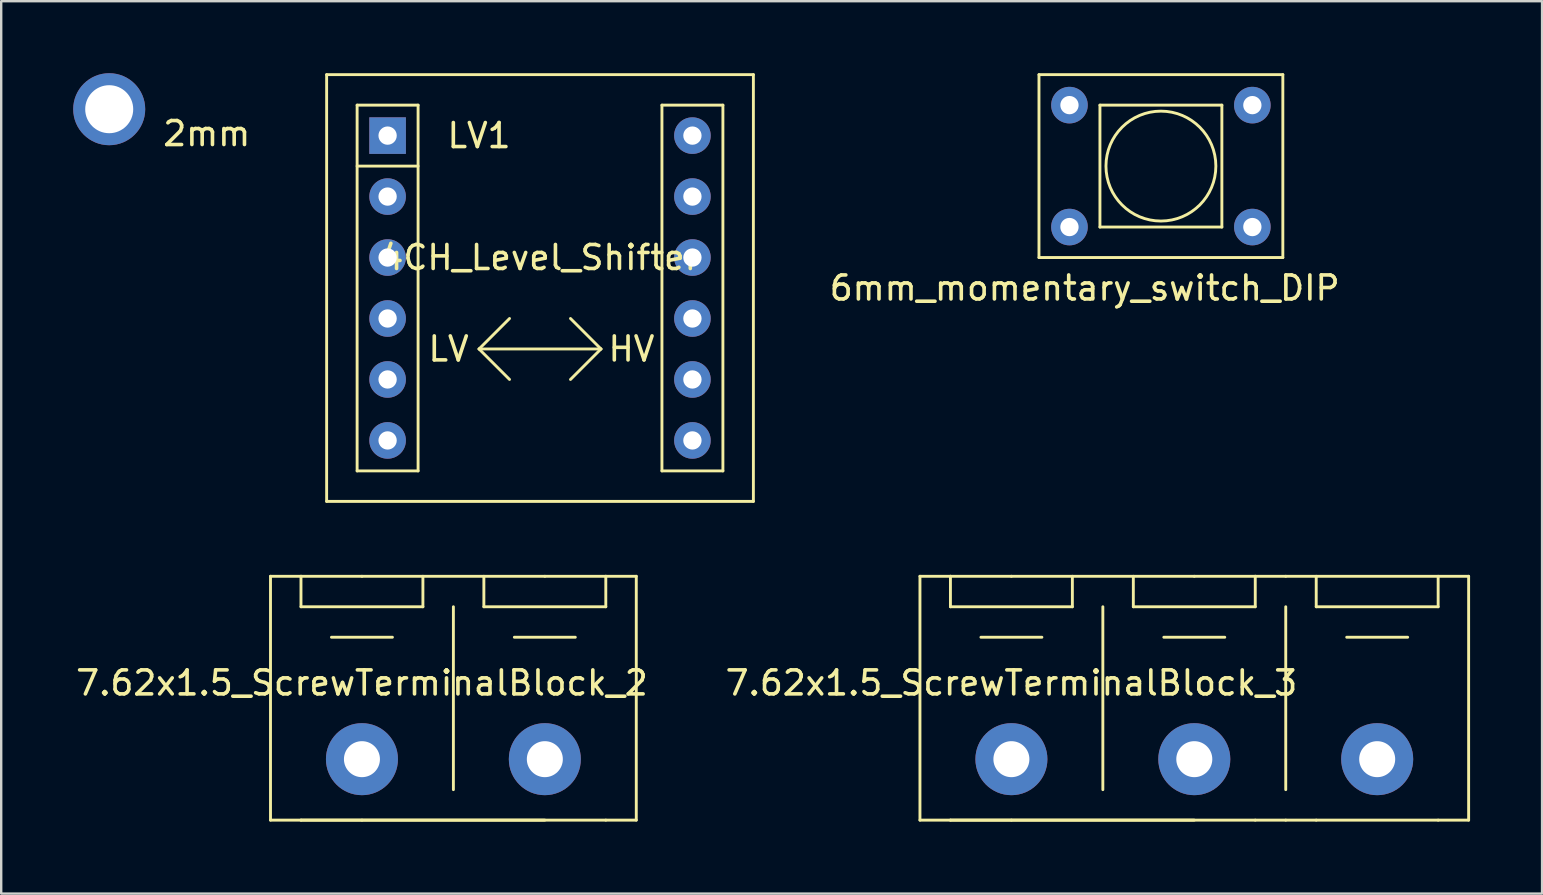
<source format=kicad_pcb>
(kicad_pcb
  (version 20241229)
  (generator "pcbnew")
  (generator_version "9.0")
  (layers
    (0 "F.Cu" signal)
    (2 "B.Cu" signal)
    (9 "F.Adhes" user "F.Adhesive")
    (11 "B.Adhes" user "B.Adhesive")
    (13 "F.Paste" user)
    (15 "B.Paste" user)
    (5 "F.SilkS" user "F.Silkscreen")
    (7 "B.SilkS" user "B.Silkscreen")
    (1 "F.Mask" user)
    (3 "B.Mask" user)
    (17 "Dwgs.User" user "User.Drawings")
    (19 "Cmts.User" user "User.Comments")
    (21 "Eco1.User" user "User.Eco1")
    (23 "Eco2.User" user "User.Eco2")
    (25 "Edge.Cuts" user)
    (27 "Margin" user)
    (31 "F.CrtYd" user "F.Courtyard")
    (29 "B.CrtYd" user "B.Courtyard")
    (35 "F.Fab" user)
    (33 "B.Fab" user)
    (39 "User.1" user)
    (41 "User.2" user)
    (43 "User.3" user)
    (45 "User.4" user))
  (footprint "7.62x1.5_ScrewTerminalBlock_2"
    (layer "F.Cu")
    (at 12.03 28.58)
    (property "Reference" "7.62x1.5_ScrewTerminalBlock_2" (at 0 -3.175 0) (layer "F.SilkS") (effects (font (size 1 1) (thickness 0.15))))
    (attr through_hole)
    (fp_line (start -3.81 -7.62) (end -2.54 -7.62) (stroke (width 0.12) (type solid)) (layer "F.SilkS"))
    (fp_line (start -3.81 2.54) (end -3.81 -7.62) (stroke (width 0.12) (type solid)) (layer "F.SilkS"))
    (fp_line (start -2.54 -7.62) (end -2.54 -6.35) (stroke (width 0.12) (type solid)) (layer "F.SilkS"))
    (fp_line (start -2.54 -6.35) (end 2.54 -6.35) (stroke (width 0.12) (type solid)) (layer "F.SilkS"))
    (fp_line (start -2.54 2.54) (end -3.81 2.54) (stroke (width 0.12) (type solid)) (layer "F.SilkS"))
    (fp_line (start -2.54 2.54) (end 10.16 2.54) (stroke (width 0.12) (type solid)) (layer "F.SilkS"))
    (fp_line (start -1.27 -5.08) (end 1.27 -5.08) (stroke (width 0.12) (type solid)) (layer "F.SilkS"))
    (fp_line (start 0 -7.62) (end -2.54 -7.62) (stroke (width 0.12) (type solid)) (layer "F.SilkS"))
    (fp_line (start 0 -7.62) (end 7.62 -7.62) (stroke (width 0.12) (type solid)) (layer "F.SilkS"))
    (fp_line (start 0 2.54) (end -2.54 2.54) (stroke (width 0.12) (type solid)) (layer "F.SilkS"))
    (fp_line (start 0 2.54) (end 7.62 2.54) (stroke (width 0.12) (type solid)) (layer "F.SilkS"))
    (fp_line (start 2.54 -6.35) (end 2.54 -7.62) (stroke (width 0.12) (type solid)) (layer "F.SilkS"))
    (fp_line (start 3.81 1.27) (end 3.81 -6.35) (stroke (width 0.12) (type solid)) (layer "F.SilkS"))
    (fp_line (start 5.08 -7.62) (end 5.08 -6.35) (stroke (width 0.12) (type solid)) (layer "F.SilkS"))
    (fp_line (start 5.08 -6.35) (end 10.16 -6.35) (stroke (width 0.12) (type solid)) (layer "F.SilkS"))
    (fp_line (start 6.35 -5.08) (end 8.89 -5.08) (stroke (width 0.12) (type solid)) (layer "F.SilkS"))
    (fp_line (start 7.62 -7.62) (end 10.16 -7.62) (stroke (width 0.12) (type solid)) (layer "F.SilkS"))
    (fp_line (start 10.16 -6.35) (end 10.16 -7.62) (stroke (width 0.12) (type solid)) (layer "F.SilkS"))
    (fp_line (start 10.16 2.54) (end 11.43 2.54) (stroke (width 0.12) (type solid)) (layer "F.SilkS"))
    (fp_line (start 11.43 -7.62) (end 10.16 -7.62) (stroke (width 0.12) (type solid)) (layer "F.SilkS"))
    (fp_line (start 11.43 2.54) (end 11.43 -7.62) (stroke (width 0.12) (type solid)) (layer "F.SilkS"))
    (pad "1" thru_hole circle (at 0 0) (size 3 3) (drill 1.5) (layers "*.Cu" "*.Mask"))
    (pad "2" thru_hole circle (at 7.62 0) (size 3 3) (drill 1.5) (layers "*.Cu" "*.Mask")))
  (footprint "4CH_Level_Shifter"
    (layer "F.Cu")
    (at 13.099 2.6)
    (property "Reference" "4CH_Level_Shifter" (at 6.35 5.08 0) (layer "F.SilkS") (effects (font (size 1 1) (thickness 0.15))))
    (attr through_hole)
    (fp_line (start -2.54 -2.54) (end 15.24 -2.54) (stroke (width 0.12) (type solid)) (layer "F.SilkS"))
    (fp_line (start -2.54 15.24) (end -2.54 -2.54) (stroke (width 0.12) (type solid)) (layer "F.SilkS"))
    (fp_line (start -1.27 -1.27) (end 1.27 -1.27) (stroke (width 0.12) (type solid)) (layer "F.SilkS"))
    (fp_line (start -1.27 1.27) (end 1.27 1.27) (stroke (width 0.12) (type solid)) (layer "F.SilkS"))
    (fp_line (start -1.27 13.97) (end -1.27 -1.27) (stroke (width 0.12) (type solid)) (layer "F.SilkS"))
    (fp_line (start 1.27 -1.27) (end 1.27 13.97) (stroke (width 0.12) (type solid)) (layer "F.SilkS"))
    (fp_line (start 1.27 13.97) (end -1.27 13.97) (stroke (width 0.12) (type solid)) (layer "F.SilkS"))
    (fp_line (start 3.81 8.89) (end 5.08 7.62) (stroke (width 0.12) (type solid)) (layer "F.SilkS"))
    (fp_line (start 3.81 8.89) (end 5.08 10.16) (stroke (width 0.12) (type solid)) (layer "F.SilkS"))
    (fp_line (start 3.81 8.89) (end 8.89 8.89) (stroke (width 0.12) (type solid)) (layer "F.SilkS"))
    (fp_line (start 8.89 8.89) (end 7.62 7.62) (stroke (width 0.12) (type solid)) (layer "F.SilkS"))
    (fp_line (start 8.89 8.89) (end 7.62 10.16) (stroke (width 0.12) (type solid)) (layer "F.SilkS"))
    (fp_line (start 11.43 -1.27) (end 13.97 -1.27) (stroke (width 0.12) (type solid)) (layer "F.SilkS"))
    (fp_line (start 11.43 13.97) (end 11.43 -1.27) (stroke (width 0.12) (type solid)) (layer "F.SilkS"))
    (fp_line (start 13.97 -1.27) (end 13.97 13.97) (stroke (width 0.12) (type solid)) (layer "F.SilkS"))
    (fp_line (start 13.97 13.97) (end 11.43 13.97) (stroke (width 0.12) (type solid)) (layer "F.SilkS"))
    (fp_line (start 15.24 -2.54) (end 15.24 15.24) (stroke (width 0.12) (type solid)) (layer "F.SilkS"))
    (fp_line (start 15.24 15.24) (end -2.54 15.24) (stroke (width 0.12) (type solid)) (layer "F.SilkS"))
    (fp_text user "LV" (at 2.54 8.89 0) (layer "F.SilkS") (effects (font (size 1 1) (thickness 0.15))))
    (fp_text user "HV" (at 10.16 8.89 0) (layer "F.SilkS") (effects (font (size 1 1) (thickness 0.15))))
    (fp_text user "LV1" (at 3.81 0 0) (layer "F.SilkS") (effects (font (size 1 1) (thickness 0.15))))
    (pad "1" thru_hole rect (at 0 0) (size 1.524 1.524) (drill 0.762) (layers "*.Cu" "*.Mask"))
    (pad "2" thru_hole circle (at 0 2.54) (size 1.524 1.524) (drill 0.762) (layers "*.Cu" "*.Mask"))
    (pad "3" thru_hole circle (at 0 5.08) (size 1.524 1.524) (drill 0.762) (layers "*.Cu" "*.Mask"))
    (pad "4" thru_hole circle (at 0 7.62) (size 1.524 1.524) (drill 0.762) (layers "*.Cu" "*.Mask"))
    (pad "5" thru_hole circle (at 0 10.16) (size 1.524 1.524) (drill 0.762) (layers "*.Cu" "*.Mask"))
    (pad "6" thru_hole circle (at 0 12.7) (size 1.524 1.524) (drill 0.762) (layers "*.Cu" "*.Mask"))
    (pad "7" thru_hole circle (at 12.7 12.7) (size 1.524 1.524) (drill 0.762) (layers "*.Cu" "*.Mask"))
    (pad "8" thru_hole circle (at 12.7 10.16) (size 1.524 1.524) (drill 0.762) (layers "*.Cu" "*.Mask"))
    (pad "9" thru_hole circle (at 12.7 7.62) (size 1.524 1.524) (drill 0.762) (layers "*.Cu" "*.Mask"))
    (pad "10" thru_hole circle (at 12.7 5.08) (size 1.524 1.524) (drill 0.762) (layers "*.Cu" "*.Mask"))
    (pad "11" thru_hole circle (at 12.7 2.54) (size 1.524 1.524) (drill 0.762) (layers "*.Cu" "*.Mask"))
    (pad "12" thru_hole circle (at 12.7 0) (size 1.524 1.524) (drill 0.762) (layers "*.Cu" "*.Mask")))
  (footprint "2mm"
    (layer "F.Cu")
    (at 1.5 1.5)
    (property "Reference" "2mm" (at 4.064 1.016 0) (layer "F.SilkS") (effects (font (size 1 1) (thickness 0.15))))
    (attr through_hole)
    (pad "1" thru_hole circle (at 0 0) (size 3 3) (drill 2) (layers "*.Cu" "*.Mask")))
  (footprint "6mm_momentary_switch_DIP"
    (layer "F.Cu")
    (at 41.508 1.33)
    (property "Reference" "6mm_momentary_switch_DIP" (at 0.635 7.62 0) (layer "F.SilkS") (effects (font (size 1 1) (thickness 0.15))))
    (attr through_hole)
    (fp_line (start -1.27 -1.27) (end -1.27 6.35) (stroke (width 0.12) (type solid)) (layer "F.SilkS"))
    (fp_line (start -1.27 6.35) (end 8.89 6.35) (stroke (width 0.12) (type solid)) (layer "F.SilkS"))
    (fp_line (start 1.27 0) (end 6.35 0) (stroke (width 0.12) (type solid)) (layer "F.SilkS"))
    (fp_line (start 1.27 5.08) (end 1.27 0) (stroke (width 0.12) (type solid)) (layer "F.SilkS"))
    (fp_line (start 6.35 0) (end 6.35 5.08) (stroke (width 0.12) (type solid)) (layer "F.SilkS"))
    (fp_line (start 6.35 5.08) (end 1.27 5.08) (stroke (width 0.12) (type solid)) (layer "F.SilkS"))
    (fp_line (start 8.89 -1.27) (end -1.27 -1.27) (stroke (width 0.12) (type solid)) (layer "F.SilkS"))
    (fp_line (start 8.89 6.35) (end 8.89 -1.27) (stroke (width 0.12) (type solid)) (layer "F.SilkS"))
    (fp_circle (center 3.81 2.54) (end 1.905 1.27) (stroke (width 0.12) (type solid)) (fill no) (layer "F.SilkS"))
    (pad "1" thru_hole circle (at 0 0) (size 1.524 1.524) (drill 0.762) (layers "*.Cu" "*.Mask"))
    (pad "2" thru_hole circle (at 0 5.08) (size 1.524 1.524) (drill 0.762) (layers "*.Cu" "*.Mask"))
    (pad "3" thru_hole circle (at 7.62 0) (size 1.524 1.524) (drill 0.762) (layers "*.Cu" "*.Mask"))
    (pad "4" thru_hole circle (at 7.62 5.08) (size 1.524 1.524) (drill 0.762) (layers "*.Cu" "*.Mask")))
  (footprint "7.62x1.5_ScrewTerminalBlock_3"
    (layer "F.Cu")
    (at 39.089 28.58)
    (property "Reference" "7.62x1.5_ScrewTerminalBlock_3" (at 0 -3.175 0) (layer "F.SilkS") (effects (font (size 1 1) (thickness 0.15))))
    (attr through_hole)
    (fp_line (start -3.81 -7.62) (end -2.54 -7.62) (stroke (width 0.12) (type solid)) (layer "F.SilkS"))
    (fp_line (start -3.81 2.54) (end -3.81 -7.62) (stroke (width 0.12) (type solid)) (layer "F.SilkS"))
    (fp_line (start -2.54 -7.62) (end -2.54 -6.35) (stroke (width 0.12) (type solid)) (layer "F.SilkS"))
    (fp_line (start -2.54 -6.35) (end 2.54 -6.35) (stroke (width 0.12) (type solid)) (layer "F.SilkS"))
    (fp_line (start -2.54 2.54) (end -3.81 2.54) (stroke (width 0.12) (type solid)) (layer "F.SilkS"))
    (fp_line (start -2.54 2.54) (end 10.16 2.54) (stroke (width 0.12) (type solid)) (layer "F.SilkS"))
    (fp_line (start -1.27 -5.08) (end 1.27 -5.08) (stroke (width 0.12) (type solid)) (layer "F.SilkS"))
    (fp_line (start 0 -7.62) (end -2.54 -7.62) (stroke (width 0.12) (type solid)) (layer "F.SilkS"))
    (fp_line (start 0 -7.62) (end 7.62 -7.62) (stroke (width 0.12) (type solid)) (layer "F.SilkS"))
    (fp_line (start 0 2.54) (end -2.54 2.54) (stroke (width 0.12) (type solid)) (layer "F.SilkS"))
    (fp_line (start 0 2.54) (end 7.62 2.54) (stroke (width 0.12) (type solid)) (layer "F.SilkS"))
    (fp_line (start 2.54 -6.35) (end 2.54 -7.62) (stroke (width 0.12) (type solid)) (layer "F.SilkS"))
    (fp_line (start 3.81 1.27) (end 3.81 -6.35) (stroke (width 0.12) (type solid)) (layer "F.SilkS"))
    (fp_line (start 5.08 -7.62) (end 5.08 -6.35) (stroke (width 0.12) (type solid)) (layer "F.SilkS"))
    (fp_line (start 5.08 -6.35) (end 10.16 -6.35) (stroke (width 0.12) (type solid)) (layer "F.SilkS"))
    (fp_line (start 6.35 -5.08) (end 8.89 -5.08) (stroke (width 0.12) (type solid)) (layer "F.SilkS"))
    (fp_line (start 7.62 -7.62) (end 10.16 -7.62) (stroke (width 0.12) (type solid)) (layer "F.SilkS"))
    (fp_line (start 10.16 -6.35) (end 10.16 -7.62) (stroke (width 0.12) (type solid)) (layer "F.SilkS"))
    (fp_line (start 10.16 2.54) (end 11.43 2.54) (stroke (width 0.12) (type solid)) (layer "F.SilkS"))
    (fp_line (start 11.43 -7.62) (end 10.16 -7.62) (stroke (width 0.12) (type solid)) (layer "F.SilkS"))
    (fp_line (start 11.43 -6.35) (end 11.43 1.27) (stroke (width 0.12) (type solid)) (layer "F.SilkS"))
    (fp_line (start 12.7 -7.62) (end 12.7 -6.35) (stroke (width 0.12) (type solid)) (layer "F.SilkS"))
    (fp_line (start 12.7 -6.35) (end 17.78 -6.35) (stroke (width 0.12) (type solid)) (layer "F.SilkS"))
    (fp_line (start 12.7 2.54) (end 11.43 2.54) (stroke (width 0.12) (type solid)) (layer "F.SilkS"))
    (fp_line (start 12.7 2.54) (end 17.78 2.54) (stroke (width 0.12) (type solid)) (layer "F.SilkS"))
    (fp_line (start 13.97 -5.08) (end 16.51 -5.08) (stroke (width 0.12) (type solid)) (layer "F.SilkS"))
    (fp_line (start 17.78 -6.35) (end 17.78 -7.62) (stroke (width 0.12) (type solid)) (layer "F.SilkS"))
    (fp_line (start 17.78 2.54) (end 19.05 2.54) (stroke (width 0.12) (type solid)) (layer "F.SilkS"))
    (fp_line (start 19.05 -7.62) (end 11.43 -7.62) (stroke (width 0.12) (type solid)) (layer "F.SilkS"))
    (fp_line (start 19.05 2.54) (end 19.05 -7.62) (stroke (width 0.12) (type solid)) (layer "F.SilkS"))
    (pad "1" thru_hole circle (at 0 0) (size 3 3) (drill 1.5) (layers "*.Cu" "*.Mask"))
    (pad "2" thru_hole circle (at 7.62 0) (size 3 3) (drill 1.5) (layers "*.Cu" "*.Mask"))
    (pad "3" thru_hole circle (at 15.24 0) (size 3 3) (drill 1.5) (layers "*.Cu" "*.Mask")))
  (gr_rect
    (start -3 -3)
    (end 61.199 34.18)
    (stroke (width 0.1) (type default))
    (fill no)
    (layer "Edge.Cuts")))
</source>
